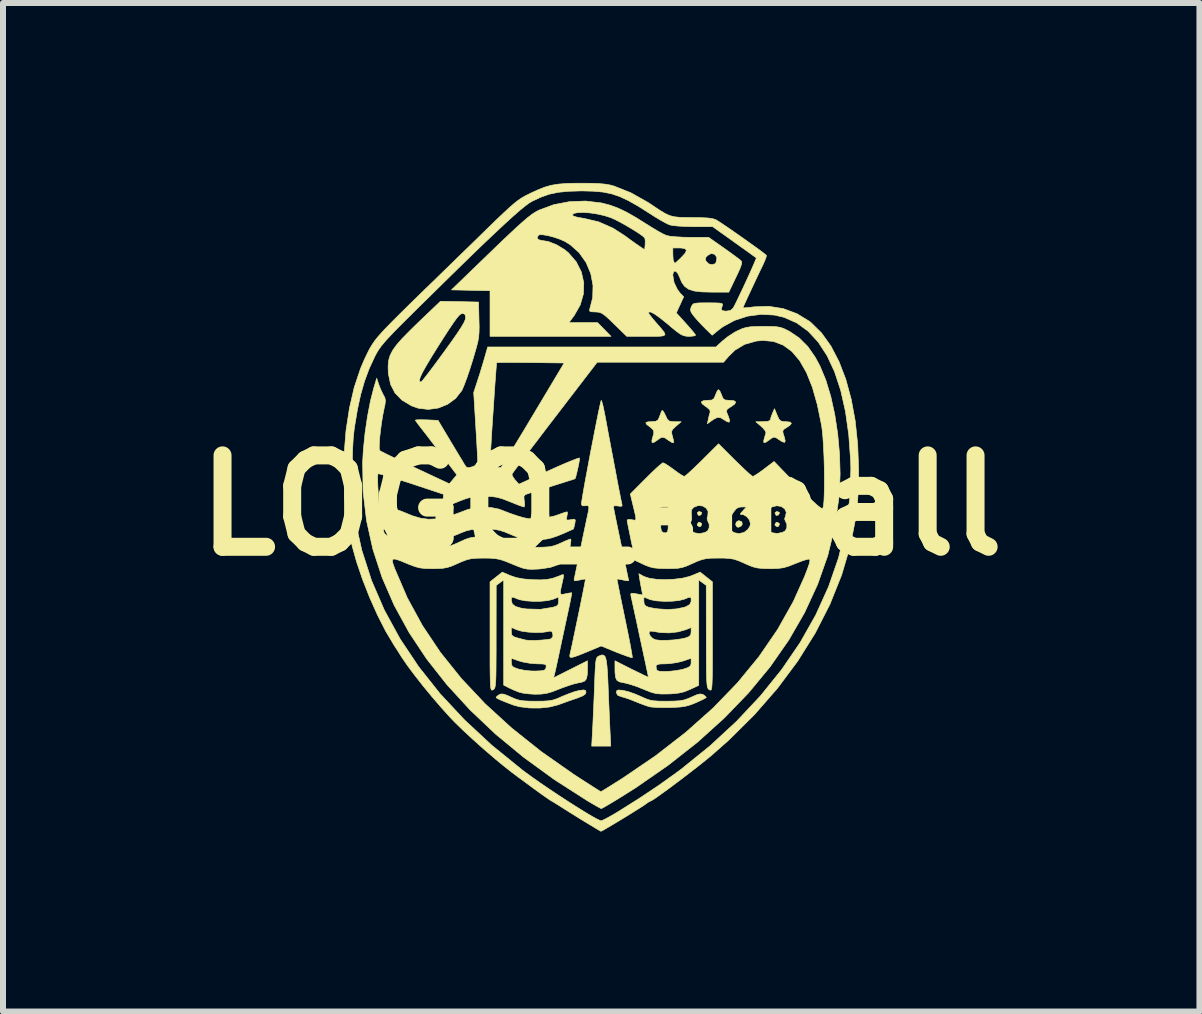
<source format=kicad_pcb>
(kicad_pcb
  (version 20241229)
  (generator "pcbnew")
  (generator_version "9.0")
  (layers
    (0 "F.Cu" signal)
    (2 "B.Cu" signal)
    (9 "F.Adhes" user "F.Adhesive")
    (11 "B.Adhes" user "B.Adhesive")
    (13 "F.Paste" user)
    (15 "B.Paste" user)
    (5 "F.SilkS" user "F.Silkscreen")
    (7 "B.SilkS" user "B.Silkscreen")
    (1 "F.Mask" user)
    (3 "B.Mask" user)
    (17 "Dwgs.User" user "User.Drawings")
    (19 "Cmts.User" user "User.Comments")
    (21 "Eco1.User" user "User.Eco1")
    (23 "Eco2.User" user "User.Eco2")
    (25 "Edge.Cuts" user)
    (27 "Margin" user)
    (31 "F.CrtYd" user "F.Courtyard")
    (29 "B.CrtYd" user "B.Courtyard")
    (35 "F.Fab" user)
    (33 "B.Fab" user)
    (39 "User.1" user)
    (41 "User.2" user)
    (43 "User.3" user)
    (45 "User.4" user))
  (footprint "LOGO_small"
    (layer "F.Cu")
    (at 6.974 5.377)
    (property "Reference" "LOGO_small" (at 0 0 0) (layer "F.SilkS") (effects (font (size 1.524 1.524) (thickness 0.3))))
    (attr through_hole)
    (fp_poly (pts (xy 1.672 0.3) (xy 1.676 0.318) (xy 1.656 0.351) (xy 1.638 0.356) (xy 1.605 0.335) (xy 1.6 0.318) (xy 1.621 0.284) (xy 1.638 0.279) (xy 1.672 0.3)) (stroke (width 0.01) (type solid)) (fill yes) (layer "F.SilkS"))
    (fp_poly (pts (xy 1.672 0.115) (xy 1.676 0.126) (xy 1.66 0.159) (xy 1.627 0.167) (xy 1.616 0.16) (xy 1.601 0.123) (xy 1.628 0.102) (xy 1.638 0.102) (xy 1.672 0.115)) (stroke (width 0.01) (type solid)) (fill yes) (layer "F.SilkS"))
    (fp_poly (pts (xy 2.967 0.3) (xy 2.972 0.318) (xy 2.951 0.351) (xy 2.934 0.356) (xy 2.9 0.335) (xy 2.896 0.318) (xy 2.916 0.284) (xy 2.934 0.279) (xy 2.967 0.3)) (stroke (width 0.01) (type solid)) (fill yes) (layer "F.SilkS"))
    (fp_poly (pts (xy 2.968 0.115) (xy 2.972 0.126) (xy 2.955 0.159) (xy 2.922 0.167) (xy 2.912 0.16) (xy 2.896 0.123) (xy 2.924 0.102) (xy 2.934 0.102) (xy 2.968 0.115)) (stroke (width 0.01) (type solid)) (fill yes) (layer "F.SilkS"))
    (fp_poly (pts (xy 2.343 0.272) (xy 2.352 0.312) (xy 2.333 0.344) (xy 2.286 0.365) (xy 2.263 0.357) (xy 2.241 0.321) (xy 2.252 0.278) (xy 2.289 0.255) (xy 2.296 0.254) (xy 2.343 0.272)) (stroke (width 0.01) (type solid)) (fill yes) (layer "F.SilkS"))
    (fp_poly (pts (xy 0.042 2.497) (xy 0.067 2.524) (xy 0.084 2.582) (xy 0.096 2.674) (xy 0.106 2.808) (xy 0.112 2.941) (xy 0.119 3.115) (xy 0.127 3.307) (xy 0.135 3.494) (xy 0.142 3.655) (xy 0.143 3.677) (xy 0.159 4.013) (xy -0.159 4.013) (xy -0.143 3.727) (xy -0.137 3.601) (xy -0.13 3.441) (xy -0.122 3.262) (xy -0.114 3.082) (xy -0.111 2.989) (xy -0.105 2.827) (xy -0.099 2.708) (xy -0.093 2.626) (xy -0.085 2.572) (xy -0.074 2.54) (xy -0.059 2.522) (xy -0.038 2.51) (xy -0.035 2.509) (xy 0.009 2.493) (xy 0.042 2.497)) (stroke (width 0.01) (type solid)) (fill yes) (layer "F.SilkS"))
    (fp_poly (pts (xy 2.933 -1.505) (xy 2.964 -1.438) (xy 2.996 -1.407) (xy 3.045 -1.397) (xy 3.076 -1.397) (xy 3.148 -1.39) (xy 3.171 -1.369) (xy 3.145 -1.335) (xy 3.099 -1.304) (xy 3.047 -1.271) (xy 3.027 -1.242) (xy 3.033 -1.198) (xy 3.051 -1.145) (xy 3.068 -1.077) (xy 3.057 -1.051) (xy 3.014 -1.064) (xy 2.976 -1.089) (xy 2.916 -1.129) (xy 2.877 -1.139) (xy 2.836 -1.119) (xy 2.801 -1.092) (xy 2.741 -1.051) (xy 2.711 -1.048) (xy 2.71 -1.084) (xy 2.717 -1.111) (xy 2.735 -1.173) (xy 2.747 -1.211) (xy 2.735 -1.244) (xy 2.693 -1.294) (xy 2.667 -1.318) (xy 2.578 -1.395) (xy 2.699 -1.396) (xy 2.782 -1.403) (xy 2.819 -1.422) (xy 2.821 -1.429) (xy 2.831 -1.473) (xy 2.855 -1.535) (xy 2.855 -1.537) (xy 2.889 -1.613) (xy 2.933 -1.505)) (stroke (width 0.01) (type solid)) (fill yes) (layer "F.SilkS"))
    (fp_poly (pts (xy -0.262 3.084) (xy -0.254 3.11) (xy -0.254 3.115) (xy -0.267 3.147) (xy -0.313 3.177) (xy -0.398 3.211) (xy -0.413 3.216) (xy -0.527 3.255) (xy -0.649 3.299) (xy -0.717 3.324) (xy -0.857 3.36) (xy -1.024 3.378) (xy -1.198 3.377) (xy -1.358 3.357) (xy -1.46 3.33) (xy -1.599 3.277) (xy -1.691 3.239) (xy -1.741 3.213) (xy -1.753 3.201) (xy -1.734 3.178) (xy -1.703 3.156) (xy -1.668 3.143) (xy -1.622 3.147) (xy -1.553 3.173) (xy -1.506 3.195) (xy -1.432 3.227) (xy -1.366 3.247) (xy -1.291 3.258) (xy -1.192 3.263) (xy -1.092 3.264) (xy -0.967 3.263) (xy -0.876 3.257) (xy -0.804 3.244) (xy -0.732 3.22) (xy -0.646 3.182) (xy -0.542 3.14) (xy -0.441 3.104) (xy -0.363 3.084) (xy -0.36 3.084) (xy -0.293 3.076) (xy -0.262 3.084)) (stroke (width 0.01) (type solid)) (fill yes) (layer "F.SilkS"))
    (fp_poly (pts (xy 1.052 -1.541) (xy 1.069 -1.505) (xy 1.101 -1.439) (xy 1.134 -1.407) (xy 1.185 -1.397) (xy 1.225 -1.396) (xy 1.333 -1.395) (xy 1.246 -1.321) (xy 1.194 -1.272) (xy 1.173 -1.234) (xy 1.178 -1.187) (xy 1.188 -1.151) (xy 1.204 -1.088) (xy 1.207 -1.049) (xy 1.205 -1.044) (xy 1.179 -1.05) (xy 1.13 -1.079) (xy 1.118 -1.088) (xy 1.058 -1.129) (xy 1.016 -1.138) (xy 0.972 -1.117) (xy 0.94 -1.092) (xy 0.878 -1.051) (xy 0.847 -1.048) (xy 0.845 -1.085) (xy 0.848 -1.099) (xy 0.867 -1.169) (xy 0.877 -1.206) (xy 0.872 -1.254) (xy 0.824 -1.301) (xy 0.814 -1.308) (xy 0.755 -1.353) (xy 0.743 -1.381) (xy 0.78 -1.394) (xy 0.839 -1.397) (xy 0.908 -1.402) (xy 0.945 -1.424) (xy 0.967 -1.467) (xy 0.991 -1.532) (xy 1.007 -1.575) (xy 1.024 -1.582) (xy 1.052 -1.541)) (stroke (width 0.01) (type solid)) (fill yes) (layer "F.SilkS"))
    (fp_poly (pts (xy 1.977 -1.909) (xy 2.002 -1.855) (xy 2.007 -1.841) (xy 2.031 -1.783) (xy 2.065 -1.758) (xy 2.129 -1.753) (xy 2.134 -1.753) (xy 2.213 -1.746) (xy 2.243 -1.724) (xy 2.225 -1.69) (xy 2.172 -1.651) (xy 2.113 -1.614) (xy 2.089 -1.586) (xy 2.094 -1.548) (xy 2.119 -1.487) (xy 2.142 -1.417) (xy 2.134 -1.388) (xy 2.095 -1.398) (xy 2.056 -1.423) (xy 1.991 -1.462) (xy 1.939 -1.468) (xy 1.879 -1.439) (xy 1.848 -1.418) (xy 1.77 -1.362) (xy 1.785 -1.437) (xy 1.801 -1.506) (xy 1.816 -1.553) (xy 1.811 -1.592) (xy 1.762 -1.636) (xy 1.741 -1.65) (xy 1.681 -1.696) (xy 1.67 -1.729) (xy 1.707 -1.747) (xy 1.778 -1.753) (xy 1.844 -1.757) (xy 1.879 -1.781) (xy 1.904 -1.837) (xy 1.905 -1.841) (xy 1.929 -1.899) (xy 1.952 -1.929) (xy 1.956 -1.93) (xy 1.977 -1.909)) (stroke (width 0.01) (type solid)) (fill yes) (layer "F.SilkS"))
    (fp_poly (pts (xy 0.339 3.081) (xy 0.369 3.085) (xy 0.452 3.105) (xy 0.556 3.141) (xy 0.655 3.183) (xy 0.737 3.22) (xy 0.805 3.244) (xy 0.875 3.257) (xy 0.964 3.263) (xy 1.086 3.264) (xy 1.092 3.264) (xy 1.219 3.262) (xy 1.31 3.256) (xy 1.382 3.243) (xy 1.449 3.22) (xy 1.506 3.195) (xy 1.592 3.157) (xy 1.647 3.143) (xy 1.686 3.148) (xy 1.703 3.156) (xy 1.742 3.185) (xy 1.752 3.2) (xy 1.731 3.216) (xy 1.674 3.245) (xy 1.593 3.282) (xy 1.581 3.288) (xy 1.493 3.323) (xy 1.414 3.346) (xy 1.327 3.36) (xy 1.215 3.367) (xy 1.143 3.369) (xy 1.023 3.37) (xy 0.915 3.367) (xy 0.832 3.361) (xy 0.8 3.355) (xy 0.736 3.334) (xy 0.647 3.301) (xy 0.572 3.271) (xy 0.477 3.233) (xy 0.388 3.203) (xy 0.337 3.189) (xy 0.275 3.165) (xy 0.254 3.126) (xy 0.254 3.119) (xy 0.259 3.088) (xy 0.283 3.077) (xy 0.339 3.081)) (stroke (width 0.01) (type solid)) (fill yes) (layer "F.SilkS"))
    (fp_poly (pts (xy -2.362 -3.398) (xy -2.045 -3.391) (xy -2.038 -3.092) (xy -2.035 -2.978) (xy -2.037 -2.888) (xy -2.043 -2.809) (xy -2.057 -2.729) (xy -2.081 -2.635) (xy -2.116 -2.514) (xy -2.148 -2.407) (xy -2.193 -2.265) (xy -2.238 -2.132) (xy -2.28 -2.02) (xy -2.313 -1.94) (xy -2.325 -1.915) (xy -2.428 -1.784) (xy -2.562 -1.686) (xy -2.717 -1.624) (xy -2.884 -1.601) (xy -3.051 -1.621) (xy -3.162 -1.66) (xy -3.322 -1.756) (xy -3.438 -1.874) (xy -3.512 -2.018) (xy -3.527 -2.093) (xy -3.031 -2.093) (xy -3.026 -2.065) (xy -3.004 -2.058) (xy -2.984 -2.078) (xy -2.939 -2.134) (xy -2.873 -2.219) (xy -2.79 -2.329) (xy -2.695 -2.458) (xy -2.623 -2.556) (xy -2.498 -2.729) (xy -2.403 -2.865) (xy -2.334 -2.97) (xy -2.289 -3.047) (xy -2.266 -3.1) (xy -2.261 -3.127) (xy -2.268 -3.18) (xy -2.299 -3.199) (xy -2.318 -3.2) (xy -2.341 -3.192) (xy -2.37 -3.168) (xy -2.41 -3.121) (xy -2.463 -3.048) (xy -2.533 -2.944) (xy -2.624 -2.804) (xy -2.713 -2.664) (xy -2.828 -2.48) (xy -2.915 -2.334) (xy -2.977 -2.224) (xy -3.015 -2.144) (xy -3.031 -2.093) (xy -3.527 -2.093) (xy -3.548 -2.193) (xy -3.551 -2.225) (xy -3.553 -2.327) (xy -3.545 -2.416) (xy -3.52 -2.501) (xy -3.477 -2.586) (xy -3.41 -2.679) (xy -3.316 -2.786) (xy -3.191 -2.913) (xy -3.053 -3.048) (xy -2.68 -3.404) (xy -2.362 -3.398)) (stroke (width 0.01) (type solid)) (fill yes) (layer "F.SilkS"))
    (fp_poly (pts (xy 0.011 -1.729) (xy 0.028 -1.667) (xy 0.048 -1.575) (xy 0.062 -1.505) (xy 0.089 -1.36) (xy 0.119 -1.197) (xy 0.148 -1.047) (xy 0.153 -1.016) (xy 0.176 -0.896) (xy 0.205 -0.744) (xy 0.236 -0.581) (xy 0.265 -0.425) (xy 0.266 -0.419) (xy 0.291 -0.288) (xy 0.314 -0.172) (xy 0.332 -0.081) (xy 0.344 -0.027) (xy 0.346 -0.019) (xy 0.347 0.01) (xy 0.319 0.015) (xy 0.281 0.009) (xy 0.227 0.005) (xy 0.203 0.016) (xy 0.203 0.017) (xy 0.208 0.048) (xy 0.222 0.121) (xy 0.244 0.229) (xy 0.272 0.366) (xy 0.305 0.524) (xy 0.33 0.643) (xy 0.366 0.81) (xy 0.397 0.961) (xy 0.423 1.087) (xy 0.443 1.183) (xy 0.455 1.24) (xy 0.457 1.255) (xy 0.435 1.256) (xy 0.381 1.247) (xy 0.363 1.243) (xy 0.301 1.231) (xy 0.266 1.226) (xy 0.263 1.227) (xy 0.267 1.252) (xy 0.28 1.32) (xy 0.301 1.425) (xy 0.328 1.56) (xy 0.361 1.718) (xy 0.394 1.879) (xy 0.43 2.053) (xy 0.462 2.211) (xy 0.488 2.345) (xy 0.506 2.448) (xy 0.517 2.515) (xy 0.518 2.538) (xy 0.492 2.534) (xy 0.428 2.513) (xy 0.338 2.48) (xy 0.253 2.447) (xy -0.001 2.343) (xy -0.235 2.441) (xy -0.359 2.491) (xy -0.444 2.522) (xy -0.495 2.535) (xy -0.52 2.529) (xy -0.525 2.507) (xy -0.521 2.483) (xy -0.506 2.417) (xy -0.484 2.317) (xy -0.458 2.192) (xy -0.428 2.049) (xy -0.396 1.897) (xy -0.364 1.743) (xy -0.334 1.595) (xy -0.307 1.462) (xy -0.285 1.352) (xy -0.27 1.272) (xy -0.263 1.231) (xy -0.263 1.228) (xy -0.288 1.229) (xy -0.345 1.24) (xy -0.365 1.244) (xy -0.427 1.256) (xy -0.451 1.25) (xy -0.451 1.221) (xy -0.448 1.211) (xy -0.438 1.168) (xy -0.421 1.086) (xy -0.397 0.972) (xy -0.369 0.837) (xy -0.346 0.724) (xy -0.315 0.573) (xy -0.285 0.431) (xy -0.259 0.308) (xy -0.24 0.217) (xy -0.231 0.178) (xy -0.211 0.084) (xy -0.206 0.029) (xy -0.218 0.006) (xy -0.25 0.003) (xy -0.267 0.006) (xy -0.316 0.006) (xy -0.331 -0.023) (xy -0.326 -0.062) (xy -0.313 -0.142) (xy -0.294 -0.256) (xy -0.269 -0.396) (xy -0.239 -0.557) (xy -0.207 -0.73) (xy -0.173 -0.91) (xy -0.138 -1.088) (xy -0.105 -1.259) (xy -0.074 -1.415) (xy -0.047 -1.549) (xy -0.024 -1.655) (xy -0.008 -1.725) (xy -0.000005 -1.752) (xy 0.000296 -1.753) (xy 0.011 -1.729)) (stroke (width 0.01) (type solid)) (fill yes) (layer "F.SilkS"))
    (fp_poly (pts (xy -1.517 1.169) (xy -1.414 1.204) (xy -1.292 1.226) (xy -1.143 1.238) (xy -1.007 1.241) (xy -0.902 1.234) (xy -0.807 1.214) (xy -0.703 1.177) (xy -0.657 1.158) (xy -0.635 1.152) (xy -0.627 1.168) (xy -0.634 1.213) (xy -0.65 1.287) (xy -0.673 1.389) (xy -0.682 1.449) (xy -0.674 1.478) (xy -0.646 1.483) (xy -0.596 1.473) (xy -0.591 1.472) (xy -0.529 1.46) (xy -0.494 1.456) (xy -0.491 1.456) (xy -0.494 1.482) (xy -0.506 1.547) (xy -0.525 1.642) (xy -0.549 1.753) (xy -0.58 1.898) (xy -0.617 2.07) (xy -0.655 2.246) (xy -0.685 2.388) (xy -0.713 2.52) (xy -0.739 2.639) (xy -0.76 2.735) (xy -0.774 2.795) (xy -0.776 2.802) (xy -0.794 2.874) (xy -0.229 2.59) (xy -0.229 2.711) (xy -0.232 2.82) (xy -0.246 2.889) (xy -0.276 2.928) (xy -0.328 2.948) (xy -0.371 2.956) (xy -0.447 2.973) (xy -0.55 3.005) (xy -0.663 3.046) (xy -0.699 3.06) (xy -0.817 3.106) (xy -0.91 3.133) (xy -0.998 3.145) (xy -1.099 3.148) (xy -1.206 3.142) (xy -1.306 3.129) (xy -1.374 3.112) (xy -1.461 3.077) (xy -1.544 3.038) (xy -1.545 3.037) (xy -1.626 2.996) (xy -1.626 2.619) (xy -1.499 2.619) (xy -1.493 2.664) (xy -1.467 2.694) (xy -1.408 2.719) (xy -1.378 2.728) (xy -1.284 2.748) (xy -1.17 2.76) (xy -1.092 2.761) (xy -1.003 2.757) (xy -0.952 2.748) (xy -0.928 2.729) (xy -0.919 2.699) (xy -0.918 2.668) (xy -0.934 2.65) (xy -0.977 2.643) (xy -1.059 2.641) (xy -1.071 2.641) (xy -1.185 2.632) (xy -1.303 2.611) (xy -1.365 2.594) (xy -1.499 2.548) (xy -1.499 2.619) (xy -1.626 2.619) (xy -1.626 2.109) (xy -1.499 2.109) (xy -1.492 2.159) (xy -1.461 2.188) (xy -1.403 2.207) (xy -1.327 2.227) (xy -1.264 2.243) (xy -1.257 2.245) (xy -1.201 2.25) (xy -1.114 2.251) (xy -1.014 2.246) (xy -0.921 2.238) (xy -0.852 2.228) (xy -0.836 2.223) (xy -0.806 2.187) (xy -0.807 2.145) (xy -0.823 2.102) (xy -0.857 2.095) (xy -0.886 2.102) (xy -0.976 2.116) (xy -1.093 2.119) (xy -1.218 2.112) (xy -1.33 2.096) (xy -1.403 2.075) (xy -1.499 2.035) (xy -1.499 2.109) (xy -1.626 2.109) (xy -1.626 1.587) (xy -1.499 1.587) (xy -1.482 1.643) (xy -1.429 1.684) (xy -1.333 1.713) (xy -1.245 1.726) (xy -1.013 1.732) (xy -0.806 1.698) (xy -0.743 1.677) (xy -0.716 1.647) (xy -0.711 1.601) (xy -0.711 1.527) (xy -0.799 1.563) (xy -0.887 1.586) (xy -1.007 1.598) (xy -1.138 1.599) (xy -1.264 1.59) (xy -1.364 1.571) (xy -1.388 1.562) (xy -1.455 1.535) (xy -1.488 1.529) (xy -1.498 1.547) (xy -1.499 1.587) (xy -1.626 1.587) (xy -1.626 1.242) (xy -1.751 1.333) (xy -1.752 2.19) (xy -1.752 2.421) (xy -1.753 2.607) (xy -1.754 2.752) (xy -1.756 2.862) (xy -1.76 2.942) (xy -1.765 2.997) (xy -1.772 3.033) (xy -1.781 3.055) (xy -1.793 3.067) (xy -1.803 3.073) (xy -1.817 3.079) (xy -1.827 3.079) (xy -1.836 3.067) (xy -1.842 3.039) (xy -1.847 2.989) (xy -1.85 2.915) (xy -1.852 2.809) (xy -1.854 2.669) (xy -1.854 2.488) (xy -1.854 2.263) (xy -1.854 2.187) (xy -1.854 1.274) (xy -1.752 1.193) (xy -1.649 1.112) (xy -1.517 1.169)) (stroke (width 0.01) (type solid)) (fill yes) (layer "F.SilkS"))
    (fp_poly (pts (xy 1.854 1.274) (xy 1.854 2.187) (xy 1.854 2.427) (xy 1.854 2.62) (xy 1.853 2.771) (xy 1.851 2.887) (xy 1.848 2.97) (xy 1.844 3.026) (xy 1.838 3.06) (xy 1.83 3.077) (xy 1.82 3.08) (xy 1.808 3.076) (xy 1.803 3.073) (xy 1.79 3.064) (xy 1.779 3.05) (xy 1.77 3.025) (xy 1.764 2.985) (xy 1.759 2.924) (xy 1.756 2.836) (xy 1.754 2.717) (xy 1.753 2.562) (xy 1.752 2.365) (xy 1.752 2.19) (xy 1.751 1.333) (xy 1.688 1.288) (xy 1.626 1.242) (xy 1.626 3) (xy 1.48 3.068) (xy 1.384 3.107) (xy 1.289 3.129) (xy 1.173 3.141) (xy 1.118 3.143) (xy 1.006 3.144) (xy 0.921 3.138) (xy 0.844 3.119) (xy 0.752 3.084) (xy 0.699 3.062) (xy 0.588 3.018) (xy 0.479 2.982) (xy 0.392 2.96) (xy 0.377 2.957) (xy 0.306 2.942) (xy 0.262 2.916) (xy 0.239 2.867) (xy 0.23 2.784) (xy 0.229 2.711) (xy 0.229 2.59) (xy 0.508 2.731) (xy 0.615 2.783) (xy 0.702 2.826) (xy 0.763 2.854) (xy 0.787 2.864) (xy 0.787 2.863) (xy 0.782 2.838) (xy 0.768 2.771) (xy 0.75 2.688) (xy 0.914 2.688) (xy 0.923 2.736) (xy 0.931 2.752) (xy 0.971 2.765) (xy 1.046 2.769) (xy 1.142 2.765) (xy 1.244 2.754) (xy 1.337 2.737) (xy 1.367 2.73) (xy 1.444 2.704) (xy 1.483 2.679) (xy 1.497 2.646) (xy 1.499 2.619) (xy 1.499 2.548) (xy 1.365 2.594) (xy 1.262 2.62) (xy 1.141 2.637) (xy 1.073 2.641) (xy 0.985 2.643) (xy 0.937 2.652) (xy 0.917 2.669) (xy 0.914 2.688) (xy 0.75 2.688) (xy 0.747 2.67) (xy 0.719 2.542) (xy 0.688 2.397) (xy 0.654 2.24) (xy 0.63 2.129) (xy 0.796 2.129) (xy 0.816 2.174) (xy 0.856 2.216) (xy 0.905 2.24) (xy 0.985 2.249) (xy 1.096 2.249) (xy 1.218 2.241) (xy 1.333 2.225) (xy 1.403 2.21) (xy 1.466 2.186) (xy 1.493 2.154) (xy 1.499 2.108) (xy 1.499 2.035) (xy 1.412 2.071) (xy 1.281 2.108) (xy 1.131 2.125) (xy 0.988 2.12) (xy 0.941 2.112) (xy 0.869 2.099) (xy 0.819 2.096) (xy 0.809 2.098) (xy 0.796 2.129) (xy 0.63 2.129) (xy 0.62 2.081) (xy 0.587 1.926) (xy 0.556 1.785) (xy 0.53 1.664) (xy 0.516 1.6) (xy 0.711 1.6) (xy 0.717 1.645) (xy 0.741 1.676) (xy 0.792 1.698) (xy 0.879 1.715) (xy 0.952 1.725) (xy 1.104 1.735) (xy 1.254 1.725) (xy 1.382 1.699) (xy 1.416 1.687) (xy 1.476 1.652) (xy 1.498 1.605) (xy 1.499 1.589) (xy 1.498 1.545) (xy 1.486 1.529) (xy 1.451 1.536) (xy 1.388 1.562) (xy 1.299 1.585) (xy 1.18 1.597) (xy 1.048 1.599) (xy 0.923 1.591) (xy 0.823 1.572) (xy 0.799 1.563) (xy 0.711 1.527) (xy 0.711 1.6) (xy 0.516 1.6) (xy 0.51 1.571) (xy 0.497 1.515) (xy 0.496 1.508) (xy 0.492 1.475) (xy 0.51 1.464) (xy 0.562 1.469) (xy 0.587 1.474) (xy 0.691 1.493) (xy 0.675 1.413) (xy 0.66 1.332) (xy 0.644 1.242) (xy 0.643 1.236) (xy 0.628 1.138) (xy 0.714 1.185) (xy 0.802 1.214) (xy 0.924 1.232) (xy 1.068 1.237) (xy 1.217 1.23) (xy 1.359 1.212) (xy 1.478 1.182) (xy 1.504 1.172) (xy 1.65 1.112) (xy 1.854 1.274)) (stroke (width 0.01) (type solid)) (fill yes) (layer "F.SilkS"))
    (fp_poly (pts (xy 0.006 -5.043) (xy 0.009 -5.042) (xy 0.145 -5.007) (xy 0.278 -4.958) (xy 0.42 -4.891) (xy 0.581 -4.799) (xy 0.737 -4.701) (xy 0.848 -4.632) (xy 0.951 -4.57) (xy 1.036 -4.524) (xy 1.09 -4.5) (xy 1.149 -4.488) (xy 1.246 -4.479) (xy 1.365 -4.472) (xy 1.483 -4.47) (xy 1.791 -4.47) (xy 2.045 -4.291) (xy 2.146 -4.219) (xy 2.234 -4.155) (xy 2.299 -4.106) (xy 2.331 -4.08) (xy 2.343 -4.057) (xy 2.338 -4.018) (xy 2.316 -3.955) (xy 2.273 -3.86) (xy 2.245 -3.802) (xy 2.127 -3.556) (xy 1.85 -3.556) (xy 1.679 -3.56) (xy 1.551 -3.575) (xy 1.457 -3.605) (xy 1.39 -3.653) (xy 1.341 -3.722) (xy 1.308 -3.803) (xy 1.274 -3.874) (xy 1.238 -3.907) (xy 1.209 -3.9) (xy 1.194 -3.852) (xy 1.194 -3.836) (xy 1.214 -3.718) (xy 1.27 -3.601) (xy 1.319 -3.536) (xy 1.375 -3.479) (xy 1.252 -3.21) (xy 1.412 -3.034) (xy 1.482 -2.955) (xy 1.537 -2.89) (xy 1.569 -2.848) (xy 1.574 -2.838) (xy 1.552 -2.827) (xy 1.495 -2.82) (xy 1.462 -2.819) (xy 1.412 -2.822) (xy 1.367 -2.833) (xy 1.317 -2.858) (xy 1.254 -2.903) (xy 1.168 -2.973) (xy 1.11 -3.023) (xy 0.983 -3.125) (xy 0.887 -3.193) (xy 0.822 -3.226) (xy 0.791 -3.222) (xy 0.787 -3.21) (xy 0.803 -3.184) (xy 0.844 -3.131) (xy 0.904 -3.06) (xy 0.923 -3.038) (xy 1 -2.95) (xy 1.048 -2.889) (xy 1.064 -2.851) (xy 1.044 -2.83) (xy 0.983 -2.821) (xy 0.879 -2.819) (xy 0.76 -2.819) (xy 0.426 -2.819) (xy 0.217 -3.023) (xy 0.126 -3.111) (xy 0.06 -3.169) (xy 0.011 -3.203) (xy -0.032 -3.22) (xy -0.078 -3.225) (xy -0.1 -3.226) (xy -0.167 -3.229) (xy -0.195 -3.242) (xy -0.193 -3.267) (xy -0.142 -3.466) (xy -0.137 -3.668) (xy -0.174 -3.865) (xy -0.252 -4.05) (xy -0.367 -4.213) (xy -0.516 -4.346) (xy -0.602 -4.4) (xy -0.687 -4.438) (xy -0.786 -4.472) (xy -0.886 -4.498) (xy -0.972 -4.513) (xy -1.03 -4.513) (xy -1.041 -4.509) (xy -1.068 -4.472) (xy -1.054 -4.436) (xy -1.008 -4.42) (xy -1.006 -4.42) (xy -0.881 -4.4) (xy -0.744 -4.346) (xy -0.611 -4.265) (xy -0.546 -4.212) (xy -0.416 -4.061) (xy -0.331 -3.892) (xy -0.291 -3.712) (xy -0.297 -3.526) (xy -0.35 -3.343) (xy -0.449 -3.169) (xy -0.538 -3.048) (xy -0.061 -3.048) (xy 0.051 -2.934) (xy 0.163 -2.819) (xy -1.854 -2.819) (xy -1.854 -3.58) (xy -2.176 -3.587) (xy -2.497 -3.594) (xy -1.85 -4.219) (xy -1.672 -4.391) (xy -1.525 -4.53) (xy -1.405 -4.642) (xy -1.308 -4.729) (xy -1.23 -4.796) (xy -1.171 -4.841) (xy -0.483 -4.841) (xy -0.459 -4.823) (xy -0.392 -4.803) (xy -0.29 -4.786) (xy -0.283 -4.785) (xy -0.042 -4.728) (xy 0.196 -4.623) (xy 0.391 -4.498) (xy 0.481 -4.432) (xy 0.57 -4.368) (xy 0.628 -4.328) (xy 0.724 -4.263) (xy 0.727 -4.293) (xy 1.194 -4.293) (xy 1.194 -4.183) (xy 1.2 -4.093) (xy 1.219 -4.045) (xy 1.232 -4.039) (xy 1.251 -4.055) (xy 1.295 -4.096) (xy 1.33 -4.129) (xy 1.331 -4.13) (xy 1.739 -4.13) (xy 1.74 -4.091) (xy 1.75 -4.069) (xy 1.793 -4.027) (xy 1.848 -4.014) (xy 1.897 -4.029) (xy 1.915 -4.053) (xy 1.929 -4.127) (xy 1.902 -4.177) (xy 1.882 -4.19) (xy 1.832 -4.2) (xy 1.779 -4.171) (xy 1.777 -4.17) (xy 1.739 -4.13) (xy 1.331 -4.13) (xy 1.397 -4.202) (xy 1.421 -4.251) (xy 1.4 -4.28) (xy 1.336 -4.292) (xy 1.308 -4.293) (xy 1.194 -4.293) (xy 0.727 -4.293) (xy 0.732 -4.344) (xy 0.734 -4.41) (xy 0.728 -4.455) (xy 0.701 -4.484) (xy 0.638 -4.53) (xy 0.551 -4.586) (xy 0.45 -4.647) (xy 0.346 -4.706) (xy 0.248 -4.758) (xy 0.168 -4.795) (xy 0.162 -4.797) (xy 0.054 -4.832) (xy -0.066 -4.859) (xy -0.187 -4.877) (xy -0.299 -4.885) (xy -0.392 -4.882) (xy -0.457 -4.869) (xy -0.482 -4.843) (xy -0.483 -4.841) (xy -1.171 -4.841) (xy -1.164 -4.847) (xy -1.108 -4.885) (xy -1.057 -4.914) (xy -1.033 -4.925) (xy -0.791 -5.015) (xy -0.528 -5.065) (xy -0.258 -5.075) (xy 0.006 -5.043)) (stroke (width 0.01) (type solid)) (fill yes) (layer "F.SilkS"))
    (fp_poly (pts (xy -0.162 -5.371) (xy -0.034 -5.366) (xy 0.065 -5.357) (xy 0.147 -5.343) (xy 0.216 -5.324) (xy 0.496 -5.212) (xy 0.782 -5.051) (xy 0.85 -5.006) (xy 0.969 -4.926) (xy 1.061 -4.87) (xy 1.14 -4.833) (xy 1.219 -4.813) (xy 1.313 -4.803) (xy 1.436 -4.801) (xy 1.516 -4.8) (xy 1.672 -4.798) (xy 1.785 -4.792) (xy 1.863 -4.78) (xy 1.915 -4.762) (xy 1.957 -4.736) (xy 2.029 -4.688) (xy 2.124 -4.624) (xy 2.233 -4.548) (xy 2.349 -4.467) (xy 2.464 -4.385) (xy 2.569 -4.31) (xy 2.658 -4.245) (xy 2.721 -4.197) (xy 2.752 -4.171) (xy 2.754 -4.169) (xy 2.749 -4.139) (xy 2.726 -4.078) (xy 2.697 -4.013) (xy 2.653 -3.922) (xy 2.601 -3.813) (xy 2.546 -3.696) (xy 2.491 -3.578) (xy 2.441 -3.471) (xy 2.4 -3.381) (xy 2.372 -3.32) (xy 2.362 -3.295) (xy 2.385 -3.294) (xy 2.446 -3.299) (xy 2.532 -3.309) (xy 2.543 -3.311) (xy 2.792 -3.32) (xy 3.034 -3.282) (xy 3.263 -3.197) (xy 3.471 -3.07) (xy 3.497 -3.049) (xy 3.673 -2.876) (xy 3.829 -2.658) (xy 3.964 -2.399) (xy 4.078 -2.102) (xy 4.168 -1.771) (xy 4.235 -1.407) (xy 4.276 -1.015) (xy 4.292 -0.597) (xy 4.292 -0.548) (xy 4.289 -0.367) (xy 4.282 -0.184) (xy 4.271 -0.015) (xy 4.257 0.125) (xy 4.254 0.152) (xy 4.156 0.659) (xy 4.009 1.158) (xy 3.813 1.648) (xy 3.569 2.127) (xy 3.277 2.594) (xy 2.938 3.049) (xy 2.554 3.489) (xy 2.124 3.915) (xy 1.839 4.167) (xy 1.749 4.241) (xy 1.639 4.329) (xy 1.516 4.425) (xy 1.386 4.525) (xy 1.255 4.624) (xy 1.131 4.717) (xy 1.019 4.798) (xy 0.927 4.864) (xy 0.86 4.909) (xy 0.826 4.927) (xy 0.825 4.928) (xy 0.796 4.941) (xy 0.745 4.976) (xy 0.729 4.988) (xy 0.683 5.019) (xy 0.608 5.066) (xy 0.513 5.126) (xy 0.406 5.192) (xy 0.296 5.259) (xy 0.191 5.322) (xy 0.101 5.375) (xy 0.034 5.414) (xy -0.002 5.432) (xy -0.005 5.433) (xy -0.029 5.42) (xy -0.086 5.386) (xy -0.167 5.337) (xy -0.229 5.3) (xy -0.349 5.227) (xy -0.478 5.146) (xy -0.594 5.074) (xy -0.623 5.055) (xy -0.708 5.001) (xy -0.777 4.958) (xy -0.819 4.933) (xy -0.825 4.93) (xy -0.857 4.91) (xy -0.923 4.865) (xy -1.015 4.8) (xy -1.125 4.72) (xy -1.247 4.63) (xy -1.374 4.537) (xy -1.486 4.453) (xy -1.631 4.339) (xy -1.795 4.203) (xy -1.969 4.053) (xy -2.142 3.898) (xy -2.302 3.75) (xy -2.44 3.616) (xy -2.513 3.54) (xy -2.662 3.375) (xy -2.816 3.196) (xy -2.968 3.012) (xy -3.109 2.832) (xy -3.233 2.666) (xy -3.332 2.522) (xy -3.365 2.468) (xy -3.394 2.422) (xy -3.438 2.355) (xy -3.457 2.325) (xy -3.594 2.095) (xy -3.73 1.828) (xy -3.86 1.537) (xy -3.978 1.237) (xy -4.079 0.94) (xy -4.153 0.676) (xy -4.226 0.31) (xy -4.273 -0.074) (xy -4.292 -0.468) (xy -4.292 -0.515) (xy -4.151 -0.515) (xy -4.147 -0.301) (xy -4.139 -0.099) (xy -4.126 0.077) (xy -4.109 0.217) (xy -4.107 0.229) (xy -3.992 0.747) (xy -3.829 1.253) (xy -3.616 1.745) (xy -3.354 2.224) (xy -3.044 2.689) (xy -2.686 3.14) (xy -2.279 3.576) (xy -1.825 3.998) (xy -1.322 4.406) (xy -1.283 4.436) (xy -1.161 4.525) (xy -1.022 4.623) (xy -0.871 4.726) (xy -0.715 4.83) (xy -0.559 4.932) (xy -0.411 5.026) (xy -0.276 5.11) (xy -0.161 5.179) (xy -0.072 5.228) (xy -0.016 5.254) (xy -0.002 5.258) (xy 0.032 5.245) (xy 0.1 5.211) (xy 0.191 5.16) (xy 0.29 5.101) (xy 0.639 4.881) (xy 0.968 4.661) (xy 1.264 4.449) (xy 1.329 4.401) (xy 1.815 4.008) (xy 2.258 3.598) (xy 2.656 3.174) (xy 3.009 2.736) (xy 3.317 2.286) (xy 3.578 1.824) (xy 3.791 1.353) (xy 3.957 0.873) (xy 4.075 0.385) (xy 4.143 -0.109) (xy 4.162 -0.608) (xy 4.158 -0.749) (xy 4.127 -1.178) (xy 4.072 -1.568) (xy 3.993 -1.918) (xy 3.891 -2.228) (xy 3.766 -2.496) (xy 3.619 -2.722) (xy 3.45 -2.905) (xy 3.26 -3.043) (xy 3.049 -3.136) (xy 2.888 -3.174) (xy 2.667 -3.186) (xy 2.442 -3.156) (xy 2.225 -3.086) (xy 2.031 -2.981) (xy 1.962 -2.93) (xy 1.85 -2.838) (xy 1.736 -2.949) (xy 1.659 -3.028) (xy 1.585 -3.109) (xy 1.547 -3.154) (xy 1.502 -3.215) (xy 1.487 -3.258) (xy 1.497 -3.301) (xy 1.502 -3.313) (xy 1.518 -3.342) (xy 1.539 -3.362) (xy 1.577 -3.372) (xy 1.641 -3.377) (xy 1.741 -3.378) (xy 1.785 -3.378) (xy 1.9 -3.377) (xy 1.972 -3.374) (xy 2.011 -3.367) (xy 2.024 -3.354) (xy 2.02 -3.334) (xy 2.002 -3.275) (xy 2.016 -3.248) (xy 2.07 -3.24) (xy 2.079 -3.239) (xy 2.156 -3.251) (xy 2.198 -3.288) (xy 2.221 -3.329) (xy 2.258 -3.403) (xy 2.305 -3.502) (xy 2.359 -3.615) (xy 2.415 -3.736) (xy 2.469 -3.854) (xy 2.517 -3.961) (xy 2.555 -4.048) (xy 2.579 -4.106) (xy 2.586 -4.127) (xy 2.564 -4.143) (xy 2.507 -4.184) (xy 2.423 -4.245) (xy 2.317 -4.32) (xy 2.218 -4.391) (xy 1.858 -4.648) (xy 1.543 -4.648) (xy 1.412 -4.651) (xy 1.293 -4.657) (xy 1.197 -4.666) (xy 1.14 -4.678) (xy 1.084 -4.704) (xy 0.998 -4.751) (xy 0.896 -4.812) (xy 0.813 -4.865) (xy 0.621 -4.987) (xy 0.457 -5.08) (xy 0.311 -5.149) (xy 0.171 -5.196) (xy 0.027 -5.225) (xy -0.133 -5.239) (xy -0.319 -5.244) (xy -0.33 -5.244) (xy -0.54 -5.238) (xy -0.714 -5.221) (xy -0.867 -5.189) (xy -1.011 -5.138) (xy -1.155 -5.07) (xy -1.206 -5.039) (xy -1.273 -4.989) (xy -1.36 -4.918) (xy -1.467 -4.824) (xy -1.597 -4.706) (xy -1.751 -4.562) (xy -1.932 -4.391) (xy -2.14 -4.191) (xy -2.377 -3.96) (xy -2.646 -3.696) (xy -2.948 -3.399) (xy -3.064 -3.285) (xy -3.231 -3.119) (xy -3.367 -2.984) (xy -3.474 -2.874) (xy -3.558 -2.785) (xy -3.623 -2.712) (xy -3.672 -2.651) (xy -3.711 -2.596) (xy -3.744 -2.542) (xy -3.774 -2.485) (xy -3.778 -2.477) (xy -3.87 -2.278) (xy -3.946 -2.073) (xy -4.01 -1.851) (xy -4.064 -1.602) (xy -4.112 -1.315) (xy -4.12 -1.257) (xy -4.135 -1.114) (xy -4.145 -0.934) (xy -4.15 -0.73) (xy -4.151 -0.515) (xy -4.292 -0.515) (xy -4.286 -0.862) (xy -4.255 -1.249) (xy -4.198 -1.621) (xy -4.118 -1.968) (xy -4.013 -2.282) (xy -3.948 -2.435) (xy -3.912 -2.509) (xy -3.881 -2.574) (xy -3.849 -2.633) (xy -3.814 -2.69) (xy -3.773 -2.749) (xy -3.722 -2.813) (xy -3.658 -2.885) (xy -3.577 -2.971) (xy -3.477 -3.073) (xy -3.354 -3.196) (xy -3.205 -3.343) (xy -3.026 -3.518) (xy -2.814 -3.724) (xy -2.806 -3.731) (xy -2.668 -3.866) (xy -2.504 -4.025) (xy -2.327 -4.198) (xy -2.148 -4.372) (xy -1.979 -4.537) (xy -1.902 -4.612) (xy -1.751 -4.759) (xy -1.63 -4.874) (xy -1.533 -4.964) (xy -1.454 -5.033) (xy -1.387 -5.086) (xy -1.326 -5.127) (xy -1.265 -5.162) (xy -1.199 -5.195) (xy -1.192 -5.199) (xy -1.056 -5.261) (xy -0.941 -5.307) (xy -0.833 -5.338) (xy -0.718 -5.357) (xy -0.585 -5.368) (xy -0.419 -5.372) (xy -0.33 -5.372) (xy -0.162 -5.371)) (stroke (width 0.01) (type solid)) (fill yes) (layer "F.SilkS"))
    (fp_poly (pts (xy 2.83 -2.984) (xy 2.918 -2.98) (xy 2.984 -2.969) (xy 3.042 -2.95) (xy 3.106 -2.918) (xy 3.145 -2.898) (xy 3.304 -2.79) (xy 3.443 -2.651) (xy 3.568 -2.471) (xy 3.646 -2.327) (xy 3.744 -2.092) (xy 3.827 -1.818) (xy 3.894 -1.514) (xy 3.943 -1.191) (xy 3.973 -0.859) (xy 3.983 -0.527) (xy 3.971 -0.206) (xy 3.966 -0.151) (xy 3.896 0.347) (xy 3.777 0.836) (xy 3.608 1.316) (xy 3.391 1.786) (xy 3.127 2.244) (xy 2.816 2.69) (xy 2.458 3.123) (xy 2.055 3.541) (xy 1.608 3.945) (xy 1.116 4.332) (xy 0.581 4.703) (xy 0.319 4.868) (xy 0.208 4.936) (xy 0.114 4.992) (xy 0.044 5.033) (xy 0.005 5.053) (xy 0.001 5.055) (xy -0.025 5.042) (xy -0.085 5.009) (xy -0.168 4.961) (xy -0.229 4.925) (xy -0.781 4.571) (xy -1.292 4.2) (xy -1.762 3.812) (xy -2.188 3.408) (xy -2.571 2.99) (xy -2.91 2.56) (xy -3.204 2.117) (xy -3.452 1.664) (xy -3.653 1.202) (xy -3.807 0.731) (xy -3.913 0.253) (xy -3.97 -0.23) (xy -3.973 -0.428) (xy -3.728 -0.428) (xy -3.725 -0.331) (xy -3.72 -0.247) (xy -3.702 0.019) (xy -3.572 0.032) (xy -3.472 0.052) (xy -3.36 0.086) (xy -3.302 0.109) (xy -3.149 0.172) (xy -3.011 0.213) (xy -2.879 0.23) (xy -2.742 0.224) (xy -2.59 0.194) (xy -2.414 0.139) (xy -2.223 0.067) (xy -2.11 0.04) (xy -1.972 0.029) (xy -1.831 0.036) (xy -1.711 0.06) (xy -1.689 0.067) (xy -1.524 0.131) (xy -1.395 0.175) (xy -1.293 0.205) (xy -1.206 0.221) (xy -1.125 0.228) (xy -1.101 0.228) (xy -0.95 0.214) (xy -0.779 0.176) (xy -0.607 0.116) (xy -0.6 0.114) (xy -0.569 0.106) (xy -0.562 0.127) (xy -0.571 0.174) (xy -0.58 0.228) (xy -0.565 0.245) (xy -0.515 0.239) (xy -0.506 0.237) (xy -0.451 0.229) (xy -0.432 0.243) (xy -0.438 0.292) (xy -0.441 0.305) (xy -0.454 0.363) (xy -0.463 0.392) (xy -0.464 0.393) (xy -0.615 0.461) (xy -0.732 0.509) (xy -0.827 0.541) (xy -0.91 0.56) (xy -0.994 0.569) (xy -1.088 0.571) (xy -1.092 0.572) (xy -1.209 0.569) (xy -1.299 0.558) (xy -1.385 0.534) (xy -1.49 0.492) (xy -1.511 0.483) (xy -1.614 0.44) (xy -1.697 0.414) (xy -1.778 0.4) (xy -1.877 0.395) (xy -1.956 0.394) (xy -2.076 0.396) (xy -2.166 0.404) (xy -2.243 0.421) (xy -2.326 0.452) (xy -2.388 0.479) (xy -2.535 0.536) (xy -2.675 0.567) (xy -2.771 0.577) (xy -2.866 0.582) (xy -2.941 0.578) (xy -3.014 0.564) (xy -3.101 0.534) (xy -3.19 0.5) (xy -3.344 0.442) (xy -3.47 0.404) (xy -3.563 0.387) (xy -3.618 0.39) (xy -3.632 0.41) (xy -3.616 0.467) (xy -3.563 0.507) (xy -3.492 0.53) (xy -3.415 0.553) (xy -3.315 0.59) (xy -3.226 0.627) (xy -3.14 0.661) (xy -3.065 0.683) (xy -2.983 0.694) (xy -2.876 0.698) (xy -2.807 0.699) (xy -2.686 0.697) (xy -2.598 0.691) (xy -2.526 0.676) (xy -2.452 0.65) (xy -2.363 0.61) (xy -2.261 0.564) (xy -2.179 0.538) (xy -2.097 0.525) (xy -1.991 0.521) (xy -1.956 0.521) (xy -1.84 0.523) (xy -1.754 0.533) (xy -1.674 0.556) (xy -1.579 0.595) (xy -1.549 0.61) (xy -1.459 0.65) (xy -1.388 0.676) (xy -1.318 0.69) (xy -1.234 0.697) (xy -1.118 0.698) (xy -1.092 0.698) (xy -0.965 0.696) (xy -0.873 0.69) (xy -0.801 0.676) (xy -0.733 0.653) (xy -0.676 0.628) (xy -0.597 0.592) (xy -0.536 0.567) (xy -0.509 0.559) (xy -0.505 0.581) (xy -0.512 0.641) (xy -0.527 0.726) (xy -0.53 0.74) (xy -0.569 0.922) (xy -0.71 0.985) (xy -0.845 1.032) (xy -1.004 1.057) (xy -1.055 1.061) (xy -1.154 1.065) (xy -1.229 1.062) (xy -1.299 1.048) (xy -1.38 1.02) (xy -1.487 0.976) (xy -1.6 0.93) (xy -1.687 0.901) (xy -1.768 0.886) (xy -1.863 0.879) (xy -1.956 0.878) (xy -2.075 0.88) (xy -2.162 0.887) (xy -2.237 0.904) (xy -2.317 0.934) (xy -2.388 0.965) (xy -2.488 1.009) (xy -2.568 1.035) (xy -2.649 1.049) (xy -2.752 1.053) (xy -2.807 1.054) (xy -2.928 1.052) (xy -3.02 1.042) (xy -3.104 1.02) (xy -3.203 0.983) (xy -3.23 0.972) (xy -3.35 0.922) (xy -3.428 0.896) (xy -3.47 0.894) (xy -3.483 0.92) (xy -3.471 0.976) (xy -3.44 1.06) (xy -3.234 1.539) (xy -2.981 2.003) (xy -2.681 2.451) (xy -2.333 2.885) (xy -1.938 3.305) (xy -1.494 3.711) (xy -1.002 4.103) (xy -0.461 4.482) (xy -0.36 4.548) (xy -0.243 4.623) (xy -0.142 4.688) (xy -0.064 4.737) (xy -0.017 4.767) (xy -0.006 4.774) (xy 0.016 4.761) (xy 0.074 4.726) (xy 0.16 4.672) (xy 0.268 4.604) (xy 0.354 4.55) (xy 0.906 4.174) (xy 1.41 3.783) (xy 1.866 3.377) (xy 2.273 2.956) (xy 2.631 2.52) (xy 2.941 2.068) (xy 3.203 1.602) (xy 3.388 1.19) (xy 3.438 1.062) (xy 3.468 0.975) (xy 3.48 0.922) (xy 3.475 0.897) (xy 3.468 0.894) (xy 3.43 0.9) (xy 3.358 0.922) (xy 3.267 0.957) (xy 3.234 0.97) (xy 3.128 1.012) (xy 3.041 1.038) (xy 2.953 1.05) (xy 2.842 1.054) (xy 2.807 1.054) (xy 2.689 1.051) (xy 2.601 1.042) (xy 2.523 1.022) (xy 2.434 0.986) (xy 2.388 0.965) (xy 2.292 0.923) (xy 2.215 0.897) (xy 2.138 0.884) (xy 2.042 0.878) (xy 1.956 0.878) (xy 1.836 0.879) (xy 1.749 0.887) (xy 1.675 0.904) (xy 1.594 0.934) (xy 1.524 0.966) (xy 1.429 1.008) (xy 1.353 1.034) (xy 1.278 1.048) (xy 1.186 1.052) (xy 1.092 1.053) (xy 0.967 1.05) (xy 0.876 1.041) (xy 0.8 1.022) (xy 0.724 0.992) (xy 0.71 0.985) (xy 0.569 0.919) (xy 0.5 0.593) (xy 0.475 0.47) (xy 0.453 0.364) (xy 0.438 0.287) (xy 0.432 0.247) (xy 0.432 0.244) (xy 0.453 0.233) (xy 0.505 0.237) (xy 0.508 0.237) (xy 0.546 0.245) (xy 0.569 0.244) (xy 0.578 0.225) (xy 0.573 0.179) (xy 0.555 0.099) (xy 0.549 0.074) (xy 0.94 0.074) (xy 0.954 0.119) (xy 0.97 0.133) (xy 0.989 0.165) (xy 0.995 0.243) (xy 0.994 0.274) (xy 0.993 0.371) (xy 1.004 0.427) (xy 1.033 0.453) (xy 1.068 0.457) (xy 1.092 0.453) (xy 1.107 0.433) (xy 1.115 0.388) (xy 1.117 0.322) (xy 1.477 0.322) (xy 1.491 0.383) (xy 1.526 0.437) (xy 1.557 0.457) (xy 1.639 0.47) (xy 1.726 0.452) (xy 1.772 0.427) (xy 1.799 0.376) (xy 1.8 0.311) (xy 1.794 0.299) (xy 2.112 0.299) (xy 2.12 0.353) (xy 2.147 0.399) (xy 2.212 0.453) (xy 2.296 0.47) (xy 2.382 0.45) (xy 2.445 0.401) (xy 2.479 0.347) (xy 2.485 0.322) (xy 2.772 0.322) (xy 2.786 0.383) (xy 2.822 0.436) (xy 2.852 0.456) (xy 2.935 0.467) (xy 3.023 0.449) (xy 3.067 0.425) (xy 3.094 0.377) (xy 3.095 0.312) (xy 3.071 0.262) (xy 3.057 0.223) (xy 3.072 0.181) (xy 3.086 0.114) (xy 3.059 0.057) (xy 3.004 0.018) (xy 2.93 0.005) (xy 2.852 0.023) (xy 2.811 0.049) (xy 2.796 0.086) (xy 2.801 0.151) (xy 2.803 0.221) (xy 2.792 0.269) (xy 2.788 0.275) (xy 2.772 0.322) (xy 2.485 0.322) (xy 2.489 0.308) (xy 2.471 0.242) (xy 2.425 0.185) (xy 2.369 0.154) (xy 2.356 0.152) (xy 2.322 0.15) (xy 2.321 0.136) (xy 2.353 0.099) (xy 2.362 0.089) (xy 2.422 0.025) (xy 2.341 0.025) (xy 2.288 0.032) (xy 2.247 0.059) (xy 2.201 0.118) (xy 2.184 0.145) (xy 2.132 0.234) (xy 2.112 0.299) (xy 1.794 0.299) (xy 1.777 0.263) (xy 1.764 0.218) (xy 1.777 0.169) (xy 1.782 0.099) (xy 1.749 0.044) (xy 1.69 0.009) (xy 1.617 0.002) (xy 1.543 0.03) (xy 1.538 0.034) (xy 1.506 0.073) (xy 1.502 0.133) (xy 1.505 0.158) (xy 1.508 0.225) (xy 1.496 0.271) (xy 1.493 0.275) (xy 1.477 0.322) (xy 1.117 0.322) (xy 1.117 0.308) (xy 1.118 0.241) (xy 1.118 0.025) (xy 1.029 0.025) (xy 0.967 0.031) (xy 0.942 0.054) (xy 0.94 0.074) (xy 0.549 0.074) (xy 0.534 0.013) (xy 0.485 -0.191) (xy 0.744 -0.451) (xy 0.838 -0.544) (xy 0.92 -0.622) (xy 0.985 -0.679) (xy 1.023 -0.708) (xy 1.03 -0.711) (xy 1.063 -0.697) (xy 1.123 -0.659) (xy 1.199 -0.605) (xy 1.208 -0.598) (xy 1.285 -0.542) (xy 1.346 -0.502) (xy 1.382 -0.484) (xy 1.384 -0.483) (xy 1.41 -0.5) (xy 1.464 -0.547) (xy 1.541 -0.618) (xy 1.632 -0.706) (xy 1.682 -0.755) (xy 1.956 -1.028) (xy 2.229 -0.755) (xy 2.326 -0.661) (xy 2.411 -0.58) (xy 2.477 -0.521) (xy 2.519 -0.488) (xy 2.528 -0.483) (xy 2.558 -0.498) (xy 2.618 -0.536) (xy 2.695 -0.591) (xy 2.717 -0.608) (xy 2.882 -0.733) (xy 3.274 -0.327) (xy 3.415 -0.183) (xy 3.524 -0.075) (xy 3.605 -0.001) (xy 3.659 0.041) (xy 3.688 0.053) (xy 3.693 0.051) (xy 3.704 0.014) (xy 3.713 -0.065) (xy 3.718 -0.179) (xy 3.721 -0.319) (xy 3.721 -0.477) (xy 3.719 -0.645) (xy 3.714 -0.815) (xy 3.706 -0.978) (xy 3.697 -1.127) (xy 3.685 -1.252) (xy 3.674 -1.333) (xy 3.604 -1.676) (xy 3.521 -1.969) (xy 3.422 -2.216) (xy 3.308 -2.415) (xy 3.179 -2.567) (xy 3.034 -2.673) (xy 2.872 -2.734) (xy 2.694 -2.751) (xy 2.581 -2.74) (xy 2.392 -2.686) (xy 2.231 -2.59) (xy 2.127 -2.489) (xy 2.04 -2.388) (xy 0.987 -2.388) (xy -0.067 -2.388) (xy -0.773 -1.468) (xy -0.918 -1.279) (xy -1.053 -1.101) (xy -1.176 -0.94) (xy -1.283 -0.799) (xy -1.37 -0.683) (xy -1.436 -0.595) (xy -1.476 -0.54) (xy -1.488 -0.522) (xy -1.479 -0.487) (xy -1.444 -0.435) (xy -1.435 -0.425) (xy -1.373 -0.354) (xy -0.871 -0.582) (xy -0.724 -0.648) (xy -0.593 -0.705) (xy -0.485 -0.749) (xy -0.407 -0.779) (xy -0.366 -0.791) (xy -0.361 -0.791) (xy -0.363 -0.759) (xy -0.374 -0.695) (xy -0.391 -0.615) (xy -0.409 -0.537) (xy -0.425 -0.475) (xy -0.436 -0.446) (xy -0.436 -0.446) (xy -0.45 -0.44) (xy -0.489 -0.427) (xy -0.557 -0.406) (xy -0.657 -0.374) (xy -0.793 -0.331) (xy -0.97 -0.276) (xy -1.191 -0.206) (xy -1.215 -0.199) (xy -1.268 -0.179) (xy -1.289 -0.151) (xy -1.286 -0.098) (xy -1.282 -0.074) (xy -1.277 -0.012) (xy -1.283 0.023) (xy -1.288 0.025) (xy -1.32 0.016) (xy -1.387 -0.008) (xy -1.477 -0.044) (xy -1.525 -0.063) (xy -1.64 -0.108) (xy -1.732 -0.135) (xy -1.822 -0.148) (xy -1.932 -0.151) (xy -1.956 -0.151) (xy -2.072 -0.149) (xy -2.163 -0.138) (xy -2.253 -0.114) (xy -2.362 -0.073) (xy -2.386 -0.063) (xy -2.483 -0.024) (xy -2.562 0.006) (xy -2.612 0.023) (xy -2.622 0.025) (xy -2.633 0.003) (xy -2.637 -0.054) (xy -2.636 -0.08) (xy -2.629 -0.186) (xy -3.168 -0.365) (xy -3.324 -0.415) (xy -3.464 -0.459) (xy -3.581 -0.494) (xy -3.667 -0.518) (xy -3.715 -0.528) (xy -3.722 -0.528) (xy -3.727 -0.498) (xy -3.728 -0.428) (xy -3.973 -0.428) (xy -3.978 -0.719) (xy -3.966 -0.927) (xy -3.937 -1.212) (xy -3.896 -1.489) (xy -3.847 -1.744) (xy -3.791 -1.963) (xy -3.789 -1.968) (xy -3.743 -2.121) (xy -3.71 -2.019) (xy -3.676 -1.932) (xy -3.637 -1.851) (xy -3.631 -1.841) (xy -3.606 -1.793) (xy -3.598 -1.746) (xy -3.605 -1.683) (xy -3.619 -1.62) (xy -3.641 -1.51) (xy -3.662 -1.385) (xy -3.679 -1.256) (xy -3.693 -1.135) (xy -3.7 -1.031) (xy -3.701 -0.954) (xy -3.695 -0.917) (xy -3.694 -0.916) (xy -3.665 -0.899) (xy -3.597 -0.864) (xy -3.496 -0.815) (xy -3.368 -0.753) (xy -3.22 -0.683) (xy -3.101 -0.627) (xy -2.532 -0.361) (xy -2.47 -0.435) (xy -2.407 -0.51) (xy -2.661 -0.845) (xy -2.755 -0.968) (xy -2.845 -1.086) (xy -2.924 -1.189) (xy -2.985 -1.267) (xy -3.007 -1.295) (xy -3.056 -1.359) (xy -3.09 -1.406) (xy -3.099 -1.422) (xy -3.075 -1.427) (xy -3.014 -1.429) (xy -2.927 -1.427) (xy -2.91 -1.427) (xy -2.72 -1.418) (xy -2.513 -1.071) (xy -2.439 -0.948) (xy -2.373 -0.838) (xy -2.318 -0.748) (xy -2.282 -0.687) (xy -2.272 -0.67) (xy -2.244 -0.636) (xy -2.208 -0.629) (xy -2.148 -0.645) (xy -2.086 -0.671) (xy -2.061 -0.707) (xy -2.061 -0.71) (xy -1.854 -0.71) (xy -1.832 -0.679) (xy -1.781 -0.65) (xy -1.722 -0.632) (xy -1.675 -0.633) (xy -1.668 -0.637) (xy -1.651 -0.662) (xy -1.61 -0.726) (xy -1.55 -0.824) (xy -1.472 -0.951) (xy -1.38 -1.103) (xy -1.276 -1.274) (xy -1.165 -1.461) (xy -1.132 -1.515) (xy -0.618 -2.375) (xy -1.176 -2.382) (xy -1.339 -2.383) (xy -1.484 -2.384) (xy -1.604 -2.384) (xy -1.691 -2.383) (xy -1.738 -2.381) (xy -1.744 -2.38) (xy -1.747 -2.354) (xy -1.752 -2.285) (xy -1.76 -2.179) (xy -1.77 -2.045) (xy -1.781 -1.889) (xy -1.792 -1.718) (xy -1.804 -1.54) (xy -1.816 -1.363) (xy -1.827 -1.192) (xy -1.836 -1.036) (xy -1.844 -0.902) (xy -1.85 -0.797) (xy -1.853 -0.728) (xy -1.854 -0.71) (xy -2.061 -0.71) (xy -2.059 -0.736) (xy -2.061 -0.78) (xy -2.065 -0.866) (xy -2.072 -0.986) (xy -2.08 -1.13) (xy -2.09 -1.291) (xy -2.093 -1.342) (xy -2.126 -1.883) (xy -2.058 -2.091) (xy -2.018 -2.215) (xy -1.978 -2.348) (xy -1.944 -2.462) (xy -1.942 -2.47) (xy -1.893 -2.642) (xy 1.912 -2.642) (xy 2.025 -2.745) (xy 2.115 -2.817) (xy 2.222 -2.886) (xy 2.282 -2.917) (xy 2.352 -2.948) (xy 2.417 -2.967) (xy 2.49 -2.979) (xy 2.585 -2.983) (xy 2.705 -2.985) (xy 2.83 -2.984)) (stroke (width 0.01) (type solid)) (fill yes) (layer "F.SilkS")))
  (gr_rect
    (start -3 -3)
    (end 16.948 13.815)
    (stroke (width 0.1) (type default))
    (fill no)
    (layer "Edge.Cuts")))
</source>
